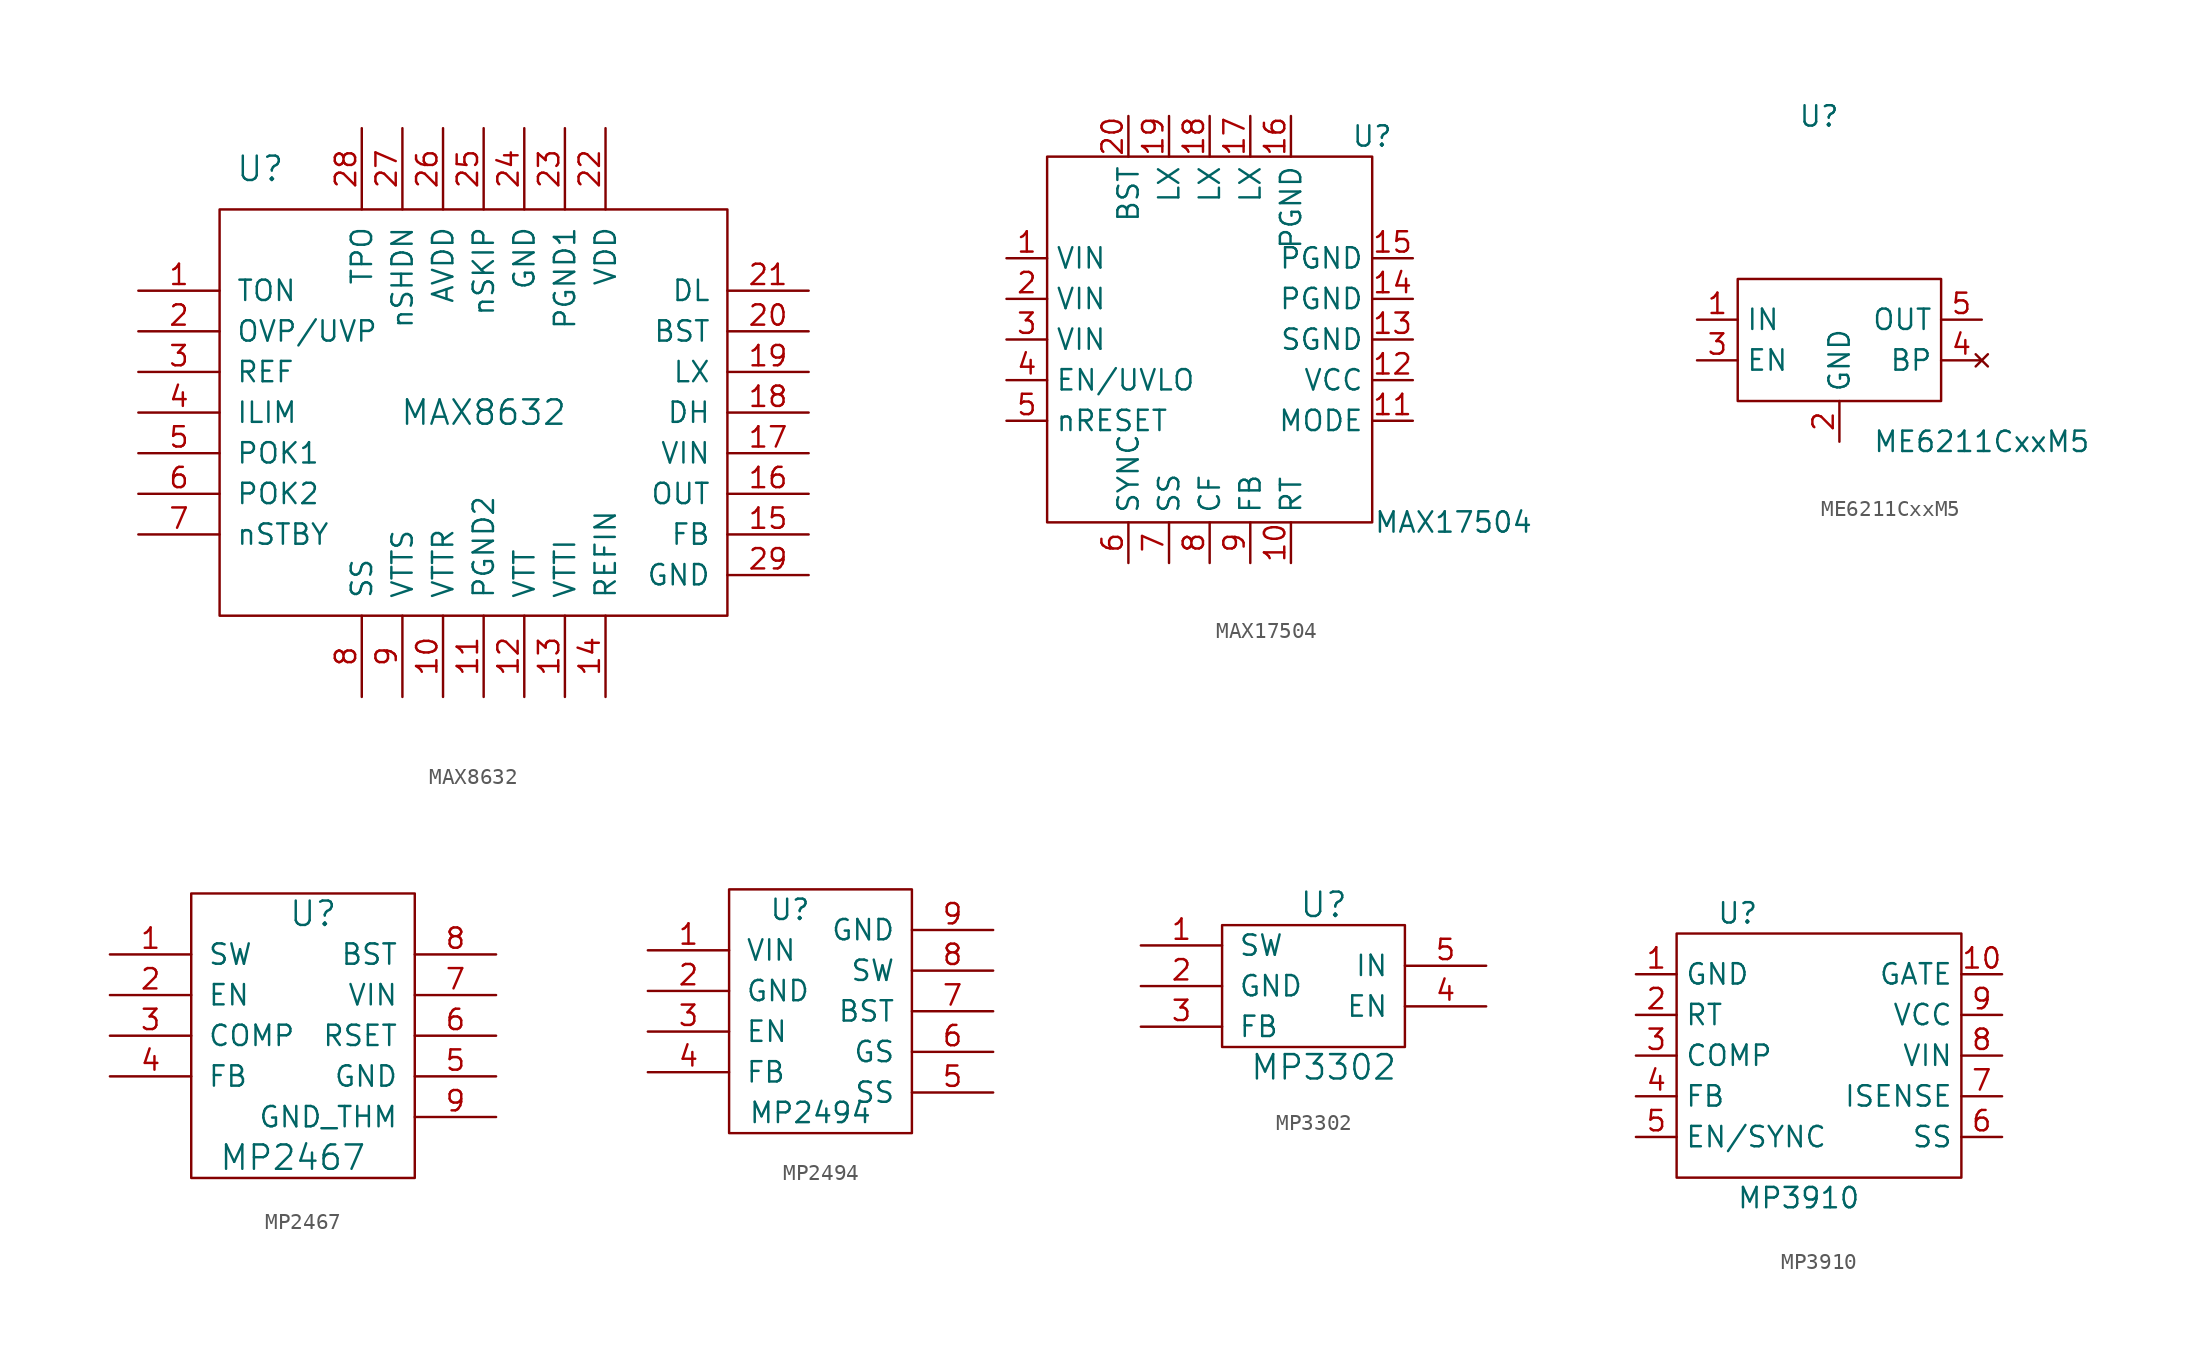
<source format=kicad_sym>
(kicad_symbol_lib
  (version 20220914)
  (generator kicad_symbol_editor)
  (symbol "MAX8632"
    (pin_names
      (offset 1.016))
    (property "Reference" "U"
      (at -12.7 20.32 0)
      (effects (font (size 1.524 1.524))))
    (property "Value" "MAX8632"
      (at 1.27 5.08 0)
      (effects (font (size 1.524 1.524))))
    (property "Footprint" ""
      (at 0 0 0)
      (effects (font (size 1.524 1.524))))
    (property "Datasheet" ""
      (at 0 0 0)
      (effects (font (size 1.524 1.524))))
    (symbol "MAX8632_0_1"
      (rectangle (start -15.24 17.78) (end 16.51 -7.62) (stroke (width 0) (type default)) (fill (type none))))
    (symbol "MAX8632_1_1"
      (pin input line (at -20.32 12.7 0) (length 5.08) (name "TON" (effects (font (size 1.27 1.27)))) (number "1" (effects (font (size 1.27 1.27)))))
      (pin input line (at -1.27 -12.7 90) (length 5.08) (name "VTTR" (effects (font (size 1.27 1.27)))) (number "10" (effects (font (size 1.27 1.27)))))
      (pin input line (at 1.27 -12.7 90) (length 5.08) (name "PGND2" (effects (font (size 1.27 1.27)))) (number "11" (effects (font (size 1.27 1.27)))))
      (pin input line (at 3.81 -12.7 90) (length 5.08) (name "VTT" (effects (font (size 1.27 1.27)))) (number "12" (effects (font (size 1.27 1.27)))))
      (pin input line (at 6.35 -12.7 90) (length 5.08) (name "VTTI" (effects (font (size 1.27 1.27)))) (number "13" (effects (font (size 1.27 1.27)))))
      (pin input line (at 8.89 -12.7 90) (length 5.08) (name "REFIN" (effects (font (size 1.27 1.27)))) (number "14" (effects (font (size 1.27 1.27)))))
      (pin input line (at 21.59 -2.54 180) (length 5.08) (name "FB" (effects (font (size 1.27 1.27)))) (number "15" (effects (font (size 1.27 1.27)))))
      (pin input line (at 21.59 0 180) (length 5.08) (name "OUT" (effects (font (size 1.27 1.27)))) (number "16" (effects (font (size 1.27 1.27)))))
      (pin input line (at 21.59 2.54 180) (length 5.08) (name "VIN" (effects (font (size 1.27 1.27)))) (number "17" (effects (font (size 1.27 1.27)))))
      (pin input line (at 21.59 5.08 180) (length 5.08) (name "DH" (effects (font (size 1.27 1.27)))) (number "18" (effects (font (size 1.27 1.27)))))
      (pin input line (at 21.59 7.62 180) (length 5.08) (name "LX" (effects (font (size 1.27 1.27)))) (number "19" (effects (font (size 1.27 1.27)))))
      (pin input line (at -20.32 10.16 0) (length 5.08) (name "OVP/UVP" (effects (font (size 1.27 1.27)))) (number "2" (effects (font (size 1.27 1.27)))))
      (pin input line (at 21.59 10.16 180) (length 5.08) (name "BST" (effects (font (size 1.27 1.27)))) (number "20" (effects (font (size 1.27 1.27)))))
      (pin input line (at 21.59 12.7 180) (length 5.08) (name "DL" (effects (font (size 1.27 1.27)))) (number "21" (effects (font (size 1.27 1.27)))))
      (pin input line (at 8.89 22.86 270) (length 5.08) (name "VDD" (effects (font (size 1.27 1.27)))) (number "22" (effects (font (size 1.27 1.27)))))
      (pin input line (at 6.35 22.86 270) (length 5.08) (name "PGND1" (effects (font (size 1.27 1.27)))) (number "23" (effects (font (size 1.27 1.27)))))
      (pin input line (at 3.81 22.86 270) (length 5.08) (name "GND" (effects (font (size 1.27 1.27)))) (number "24" (effects (font (size 1.27 1.27)))))
      (pin input line (at 1.27 22.86 270) (length 5.08) (name "nSKIP" (effects (font (size 1.27 1.27)))) (number "25" (effects (font (size 1.27 1.27)))))
      (pin input line (at -1.27 22.86 270) (length 5.08) (name "AVDD" (effects (font (size 1.27 1.27)))) (number "26" (effects (font (size 1.27 1.27)))))
      (pin input line (at -3.81 22.86 270) (length 5.08) (name "nSHDN" (effects (font (size 1.27 1.27)))) (number "27" (effects (font (size 1.27 1.27)))))
      (pin input line (at -6.35 22.86 270) (length 5.08) (name "TPO" (effects (font (size 1.27 1.27)))) (number "28" (effects (font (size 1.27 1.27)))))
      (pin input line (at 21.59 -5.08 180) (length 5.08) (name "GND" (effects (font (size 1.27 1.27)))) (number "29" (effects (font (size 1.27 1.27)))))
      (pin input line (at -20.32 7.62 0) (length 5.08) (name "REF" (effects (font (size 1.27 1.27)))) (number "3" (effects (font (size 1.27 1.27)))))
      (pin input line (at -20.32 5.08 0) (length 5.08) (name "ILIM" (effects (font (size 1.27 1.27)))) (number "4" (effects (font (size 1.27 1.27)))))
      (pin input line (at -20.32 2.54 0) (length 5.08) (name "POK1" (effects (font (size 1.27 1.27)))) (number "5" (effects (font (size 1.27 1.27)))))
      (pin input line (at -20.32 0 0) (length 5.08) (name "POK2" (effects (font (size 1.27 1.27)))) (number "6" (effects (font (size 1.27 1.27)))))
      (pin input line (at -20.32 -2.54 0) (length 5.08) (name "nSTBY" (effects (font (size 1.27 1.27)))) (number "7" (effects (font (size 1.27 1.27)))))
      (pin input line (at -6.35 -12.7 90) (length 5.08) (name "SS" (effects (font (size 1.27 1.27)))) (number "8" (effects (font (size 1.27 1.27)))))
      (pin input line (at -3.81 -12.7 90) (length 5.08) (name "VTTS" (effects (font (size 1.27 1.27)))) (number "9" (effects (font (size 1.27 1.27)))))))
  (symbol "MAX17504"
    (property "Reference" "U"
      (at 10.16 12.7 0)
      (effects (font (size 1.27 1.27))))
    (property "Value" "MAX17504"
      (at 15.24 -11.43 0)
      (effects (font (size 1.27 1.27))))
    (symbol "MAX17504_0_1"
      (rectangle (start -10.16 11.43) (end 10.16 -11.43) (stroke (width 0) (type default)) (fill (type none))))
    (symbol "MAX17504_1_1"
      (pin input line (at -12.7 5.08 0) (length 2.54) (name "VIN" (effects (font (size 1.27 1.27)))) (number "1" (effects (font (size 1.27 1.27)))))
      (pin input line (at 5.08 -13.97 90) (length 2.54) (name "RT" (effects (font (size 1.27 1.27)))) (number "10" (effects (font (size 1.27 1.27)))))
      (pin input line (at 12.7 -5.08 180) (length 2.54) (name "MODE" (effects (font (size 1.27 1.27)))) (number "11" (effects (font (size 1.27 1.27)))))
      (pin input line (at 12.7 -2.54 180) (length 2.54) (name "VCC" (effects (font (size 1.27 1.27)))) (number "12" (effects (font (size 1.27 1.27)))))
      (pin input line (at 12.7 0 180) (length 2.54) (name "SGND" (effects (font (size 1.27 1.27)))) (number "13" (effects (font (size 1.27 1.27)))))
      (pin input line (at 12.7 2.54 180) (length 2.54) (name "PGND" (effects (font (size 1.27 1.27)))) (number "14" (effects (font (size 1.27 1.27)))))
      (pin input line (at 12.7 5.08 180) (length 2.54) (name "PGND" (effects (font (size 1.27 1.27)))) (number "15" (effects (font (size 1.27 1.27)))))
      (pin input line (at 5.08 13.97 270) (length 2.54) (name "PGND" (effects (font (size 1.27 1.27)))) (number "16" (effects (font (size 1.27 1.27)))))
      (pin input line (at 2.54 13.97 270) (length 2.54) (name "LX" (effects (font (size 1.27 1.27)))) (number "17" (effects (font (size 1.27 1.27)))))
      (pin input line (at 0 13.97 270) (length 2.54) (name "LX" (effects (font (size 1.27 1.27)))) (number "18" (effects (font (size 1.27 1.27)))))
      (pin input line (at -2.54 13.97 270) (length 2.54) (name "LX" (effects (font (size 1.27 1.27)))) (number "19" (effects (font (size 1.27 1.27)))))
      (pin input line (at -12.7 2.54 0) (length 2.54) (name "VIN" (effects (font (size 1.27 1.27)))) (number "2" (effects (font (size 1.27 1.27)))))
      (pin input line (at -5.08 13.97 270) (length 2.54) (name "BST" (effects (font (size 1.27 1.27)))) (number "20" (effects (font (size 1.27 1.27)))))
      (pin input line (at 12.7 0 180) (length 2.54) hide (name "SGND" (effects (font (size 1.27 1.27)))) (number "21" (effects (font (size 1.27 1.27)))))
      (pin input line (at -12.7 0 0) (length 2.54) (name "VIN" (effects (font (size 1.27 1.27)))) (number "3" (effects (font (size 1.27 1.27)))))
      (pin input line (at -12.7 -2.54 0) (length 2.54) (name "EN/UVLO" (effects (font (size 1.27 1.27)))) (number "4" (effects (font (size 1.27 1.27)))))
      (pin input line (at -12.7 -5.08 0) (length 2.54) (name "nRESET" (effects (font (size 1.27 1.27)))) (number "5" (effects (font (size 1.27 1.27)))))
      (pin input line (at -5.08 -13.97 90) (length 2.54) (name "SYNC" (effects (font (size 1.27 1.27)))) (number "6" (effects (font (size 1.27 1.27)))))
      (pin input line (at -2.54 -13.97 90) (length 2.54) (name "SS" (effects (font (size 1.27 1.27)))) (number "7" (effects (font (size 1.27 1.27)))))
      (pin input line (at 0 -13.97 90) (length 2.54) (name "CF" (effects (font (size 1.27 1.27)))) (number "8" (effects (font (size 1.27 1.27)))))
      (pin input line (at 2.54 -13.97 90) (length 2.54) (name "FB" (effects (font (size 1.27 1.27)))) (number "9" (effects (font (size 1.27 1.27)))))))
  (symbol "ME6211CxxM5"
    (property "Reference" "U"
      (at -1.27 12.7 0)
      (effects (font (size 1.27 1.27))))
    (property "Value" "ME6211CxxM5"
      (at 8.89 -7.62 0)
      (effects (font (size 1.27 1.27))))
    (symbol "ME6211CxxM5_0_1"
      (rectangle (start -6.35 2.54) (end 6.35 -5.08) (stroke (width 0.152) (type default)) (fill (type none))))
    (symbol "ME6211CxxM5_1_1"
      (pin power_in line (at -8.89 0 0) (length 2.54) (name "IN" (effects (font (size 1.27 1.27)))) (number "1" (effects (font (size 1.27 1.27)))))
      (pin power_in line (at 0 -7.62 90) (length 2.54) (name "GND" (effects (font (size 1.27 1.27)))) (number "2" (effects (font (size 1.27 1.27)))))
      (pin input line (at -8.89 -2.54 0) (length 2.54) (name "EN" (effects (font (size 1.27 1.27)))) (number "3" (effects (font (size 1.27 1.27)))))
      (pin no_connect line (at 8.89 -2.54 180) (length 2.54) (name "BP" (effects (font (size 1.27 1.27)))) (number "4" (effects (font (size 1.27 1.27)))))
      (pin power_out line (at 8.89 0 180) (length 2.54) (name "OUT" (effects (font (size 1.27 1.27)))) (number "5" (effects (font (size 1.27 1.27)))))))
  (symbol "MP2467"
    (pin_names
      (offset 1.016))
    (property "Reference" "U"
      (at 1.27 7.62 0)
      (effects (font (size 1.524 1.524))))
    (property "Value" "MP2467"
      (at 0 -7.62 0)
      (effects (font (size 1.524 1.524))))
    (property "Footprint" ""
      (at 6.35 -7.62 0)
      (effects (font (size 1.524 1.524))))
    (property "Datasheet" ""
      (at 6.35 -7.62 0)
      (effects (font (size 1.524 1.524))))
    (symbol "MP2467_0_1"
      (rectangle (start -6.35 8.89) (end 7.62 -8.89) (stroke (width 0) (type default)) (fill (type none))))
    (symbol "MP2467_1_1"
      (pin input line (at -11.43 5.08 0) (length 5.08) (name "SW" (effects (font (size 1.27 1.27)))) (number "1" (effects (font (size 1.27 1.27)))))
      (pin input line (at -11.43 2.54 0) (length 5.08) (name "EN" (effects (font (size 1.27 1.27)))) (number "2" (effects (font (size 1.27 1.27)))))
      (pin input line (at -11.43 0 0) (length 5.08) (name "COMP" (effects (font (size 1.27 1.27)))) (number "3" (effects (font (size 1.27 1.27)))))
      (pin input line (at -11.43 -2.54 0) (length 5.08) (name "FB" (effects (font (size 1.27 1.27)))) (number "4" (effects (font (size 1.27 1.27)))))
      (pin input line (at 12.7 -2.54 180) (length 5.08) (name "GND" (effects (font (size 1.27 1.27)))) (number "5" (effects (font (size 1.27 1.27)))))
      (pin input line (at 12.7 0 180) (length 5.08) (name "RSET" (effects (font (size 1.27 1.27)))) (number "6" (effects (font (size 1.27 1.27)))))
      (pin input line (at 12.7 2.54 180) (length 5.08) (name "VIN" (effects (font (size 1.27 1.27)))) (number "7" (effects (font (size 1.27 1.27)))))
      (pin input line (at 12.7 5.08 180) (length 5.08) (name "BST" (effects (font (size 1.27 1.27)))) (number "8" (effects (font (size 1.27 1.27)))))
      (pin input line (at 12.7 -5.08 180) (length 5.08) (name "GND_THM" (effects (font (size 1.27 1.27)))) (number "9" (effects (font (size 1.27 1.27)))))))
  (symbol "MP2494"
    (pin_names
      (offset 1.016))
    (property "Reference" "U"
      (at -1.27 6.35 0)
      (effects (font (size 1.27 1.27))))
    (property "Value" "MP2494"
      (at 0 -6.35 0)
      (effects (font (size 1.27 1.27))))
    (symbol "MP2494_0_1"
      (rectangle (start -5.08 7.62) (end 6.35 -7.62) (stroke (width 0) (type default)) (fill (type none))))
    (symbol "MP2494_1_1"
      (pin power_in line (at -10.16 3.81 0) (length 5.08) (name "VIN" (effects (font (size 1.27 1.27)))) (number "1" (effects (font (size 1.27 1.27)))))
      (pin power_in line (at -10.16 1.27 0) (length 5.08) (name "GND" (effects (font (size 1.27 1.27)))) (number "2" (effects (font (size 1.27 1.27)))))
      (pin input line (at -10.16 -1.27 0) (length 5.08) (name "EN" (effects (font (size 1.27 1.27)))) (number "3" (effects (font (size 1.27 1.27)))))
      (pin input line (at -10.16 -3.81 0) (length 5.08) (name "FB" (effects (font (size 1.27 1.27)))) (number "4" (effects (font (size 1.27 1.27)))))
      (pin input line (at 11.43 -5.08 180) (length 5.08) (name "SS" (effects (font (size 1.27 1.27)))) (number "5" (effects (font (size 1.27 1.27)))))
      (pin input line (at 11.43 -2.54 180) (length 5.08) (name "GS" (effects (font (size 1.27 1.27)))) (number "6" (effects (font (size 1.27 1.27)))))
      (pin input line (at 11.43 0 180) (length 5.08) (name "BST" (effects (font (size 1.27 1.27)))) (number "7" (effects (font (size 1.27 1.27)))))
      (pin input line (at 11.43 2.54 180) (length 5.08) (name "SW" (effects (font (size 1.27 1.27)))) (number "8" (effects (font (size 1.27 1.27)))))
      (pin input line (at 11.43 5.08 180) (length 5.08) (name "GND" (effects (font (size 1.27 1.27)))) (number "9" (effects (font (size 1.27 1.27)))))))
  (symbol "MP3302"
    (pin_names
      (offset 1.016))
    (property "Reference" "U"
      (at 0 5.08 0)
      (effects (font (size 1.524 1.524))))
    (property "Value" "MP3302"
      (at 0 -5.08 0)
      (effects (font (size 1.524 1.524))))
    (symbol "MP3302_0_1"
      (rectangle (start -6.35 3.81) (end 5.08 -3.81) (stroke (width 0) (type default)) (fill (type none))))
    (symbol "MP3302_1_1"
      (pin input line (at -11.43 2.54 0) (length 5.08) (name "SW" (effects (font (size 1.27 1.27)))) (number "1" (effects (font (size 1.27 1.27)))))
      (pin power_in line (at -11.43 0 0) (length 5.08) (name "GND" (effects (font (size 1.27 1.27)))) (number "2" (effects (font (size 1.27 1.27)))))
      (pin input line (at -11.43 -2.54 0) (length 5.08) (name "FB" (effects (font (size 1.27 1.27)))) (number "3" (effects (font (size 1.27 1.27)))))
      (pin input line (at 10.16 -1.27 180) (length 5.08) (name "EN" (effects (font (size 1.27 1.27)))) (number "4" (effects (font (size 1.27 1.27)))))
      (pin input line (at 10.16 1.27 180) (length 5.08) (name "IN" (effects (font (size 1.27 1.27)))) (number "5" (effects (font (size 1.27 1.27)))))))
  (symbol "MP3910"
    (property "Reference" "U"
      (at -5.08 8.89 0)
      (effects (font (size 1.27 1.27))))
    (property "Value" "MP3910"
      (at -1.27 -8.89 0)
      (effects (font (size 1.27 1.27))))
    (symbol "MP3910_0_1"
      (rectangle (start -8.89 7.62) (end 8.89 -7.62) (stroke (width 0.152) (type default)) (fill (type none))))
    (symbol "MP3910_1_1"
      (pin power_in line (at -11.43 5.08 0) (length 2.54) (name "GND" (effects (font (size 1.27 1.27)))) (number "1" (effects (font (size 1.27 1.27)))))
      (pin input line (at 11.43 5.08 180) (length 2.54) (name "GATE" (effects (font (size 1.27 1.27)))) (number "10" (effects (font (size 1.27 1.27)))))
      (pin input line (at -11.43 2.54 0) (length 2.54) (name "RT" (effects (font (size 1.27 1.27)))) (number "2" (effects (font (size 1.27 1.27)))))
      (pin input line (at -11.43 0 0) (length 2.54) (name "COMP" (effects (font (size 1.27 1.27)))) (number "3" (effects (font (size 1.27 1.27)))))
      (pin input line (at -11.43 -2.54 0) (length 2.54) (name "FB" (effects (font (size 1.27 1.27)))) (number "4" (effects (font (size 1.27 1.27)))))
      (pin input line (at -11.43 -5.08 0) (length 2.54) (name "EN/SYNC" (effects (font (size 1.27 1.27)))) (number "5" (effects (font (size 1.27 1.27)))))
      (pin output line (at 11.43 -5.08 180) (length 2.54) (name "SS" (effects (font (size 1.27 1.27)))) (number "6" (effects (font (size 1.27 1.27)))))
      (pin input line (at 11.43 -2.54 180) (length 2.54) (name "ISENSE" (effects (font (size 1.27 1.27)))) (number "7" (effects (font (size 1.27 1.27)))))
      (pin power_in line (at 11.43 0 180) (length 2.54) (name "VIN" (effects (font (size 1.27 1.27)))) (number "8" (effects (font (size 1.27 1.27)))))
      (pin power_in line (at 11.43 2.54 180) (length 2.54) (name "VCC" (effects (font (size 1.27 1.27)))) (number "9" (effects (font (size 1.27 1.27))))))))
</source>
